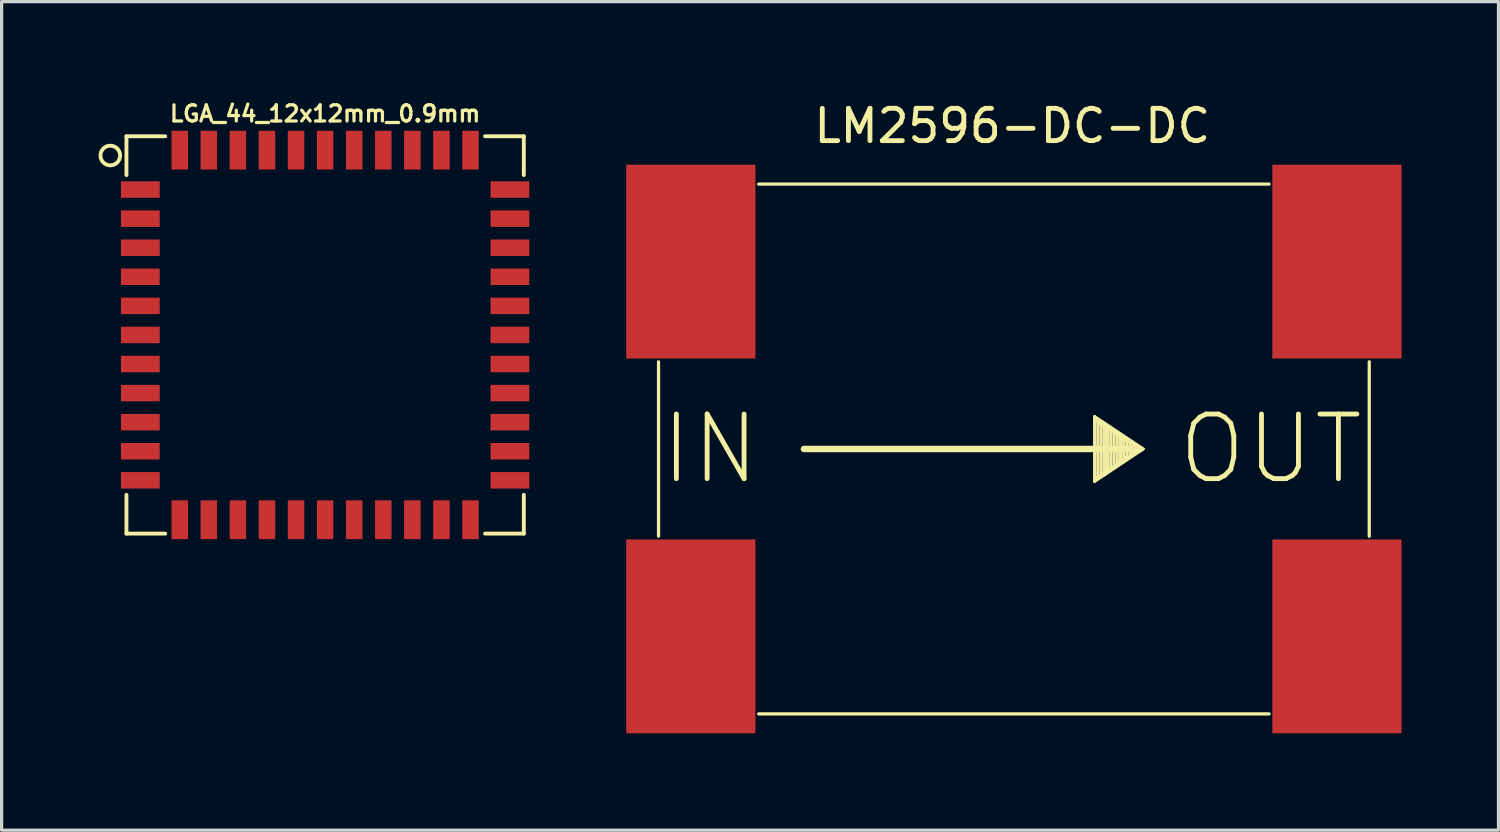
<source format=kicad_pcb>
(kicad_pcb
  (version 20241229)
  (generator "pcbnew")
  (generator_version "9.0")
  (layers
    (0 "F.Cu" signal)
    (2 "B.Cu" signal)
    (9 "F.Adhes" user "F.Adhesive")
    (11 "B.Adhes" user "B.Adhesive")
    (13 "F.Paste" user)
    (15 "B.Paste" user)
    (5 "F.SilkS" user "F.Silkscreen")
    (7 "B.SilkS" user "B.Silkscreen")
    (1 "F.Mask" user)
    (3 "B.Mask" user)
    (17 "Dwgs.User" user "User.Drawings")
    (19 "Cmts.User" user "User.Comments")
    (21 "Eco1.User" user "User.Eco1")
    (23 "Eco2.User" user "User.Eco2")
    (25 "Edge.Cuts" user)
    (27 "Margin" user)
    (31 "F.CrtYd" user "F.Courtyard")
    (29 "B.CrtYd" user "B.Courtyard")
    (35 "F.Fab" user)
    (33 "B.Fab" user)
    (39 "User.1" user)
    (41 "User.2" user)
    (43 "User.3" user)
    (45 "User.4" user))
  (footprint "LM2596-DC-DC"
    (layer "F.Cu")
    (at 28.334 10.848)
    (property "Reference" "LM2596-DC-DC" (at -0.05 -10 0) (layer "F.SilkS") (effects (font (size 1 1) (thickness 0.15))))
    (attr through_hole)
    (fp_line (start -11 -2.7) (end -11 2.7) (stroke (width 0.1) (type solid)) (layer "F.SilkS"))
    (fp_line (start -7.9 -8.2) (end 7.9 -8.2) (stroke (width 0.1) (type solid)) (layer "F.SilkS"))
    (fp_line (start -7.9 8.2) (end 7.9 8.2) (stroke (width 0.1) (type solid)) (layer "F.SilkS"))
    (fp_line (start -6.5 0) (end 3.9 0) (stroke (width 0.2) (type solid)) (layer "F.SilkS"))
    (fp_line (start 2.5 -1) (end 2.5 1) (stroke (width 0.1) (type solid)) (layer "F.SilkS"))
    (fp_line (start 2.5 1) (end 4 0) (stroke (width 0.1) (type solid)) (layer "F.SilkS"))
    (fp_line (start 2.55 -0.9) (end 2.75 -0.7) (stroke (width 0.1) (type solid)) (layer "F.SilkS"))
    (fp_line (start 2.6 0.85) (end 2.6 -0.85) (stroke (width 0.1) (type solid)) (layer "F.SilkS"))
    (fp_line (start 2.7 0.8) (end 2.7 -0.75) (stroke (width 0.1) (type solid)) (layer "F.SilkS"))
    (fp_line (start 2.8 -0.75) (end 2.8 0.8) (stroke (width 0.1) (type solid)) (layer "F.SilkS"))
    (fp_line (start 2.9 0.7) (end 2.9 -0.7) (stroke (width 0.1) (type solid)) (layer "F.SilkS"))
    (fp_line (start 3 -0.65) (end 3 0.6) (stroke (width 0.1) (type solid)) (layer "F.SilkS"))
    (fp_line (start 3.1 -0.5) (end 3.2 -0.45) (stroke (width 0.1) (type solid)) (layer "F.SilkS"))
    (fp_line (start 3.1 0.55) (end 3.1 -0.5) (stroke (width 0.1) (type solid)) (layer "F.SilkS"))
    (fp_line (start 3.2 -0.45) (end 3.2 0.45) (stroke (width 0.1) (type solid)) (layer "F.SilkS"))
    (fp_line (start 3.2 0.45) (end 3.3 0.4) (stroke (width 0.1) (type solid)) (layer "F.SilkS"))
    (fp_line (start 3.3 -0.4) (end 3.4 -0.3) (stroke (width 0.1) (type solid)) (layer "F.SilkS"))
    (fp_line (start 3.3 0.4) (end 3.3 -0.4) (stroke (width 0.1) (type solid)) (layer "F.SilkS"))
    (fp_line (start 3.4 -0.3) (end 3.4 0.35) (stroke (width 0.1) (type solid)) (layer "F.SilkS"))
    (fp_line (start 3.4 0.35) (end 3.5 0.25) (stroke (width 0.1) (type solid)) (layer "F.SilkS"))
    (fp_line (start 3.5 -0.25) (end 3.6 -0.2) (stroke (width 0.1) (type solid)) (layer "F.SilkS"))
    (fp_line (start 3.5 0.25) (end 3.5 -0.25) (stroke (width 0.1) (type solid)) (layer "F.SilkS"))
    (fp_line (start 3.6 -0.2) (end 3.6 0.2) (stroke (width 0.1) (type solid)) (layer "F.SilkS"))
    (fp_line (start 3.6 0.2) (end 3.7 0.15) (stroke (width 0.1) (type solid)) (layer "F.SilkS"))
    (fp_line (start 3.7 -0.15) (end 3.8 -0.05) (stroke (width 0.1) (type solid)) (layer "F.SilkS"))
    (fp_line (start 3.7 0.15) (end 3.7 -0.15) (stroke (width 0.1) (type solid)) (layer "F.SilkS"))
    (fp_line (start 3.8 -0.05) (end 3.8 0.1) (stroke (width 0.1) (type solid)) (layer "F.SilkS"))
    (fp_line (start 3.8 0.1) (end 2.55 0.9) (stroke (width 0.1) (type solid)) (layer "F.SilkS"))
    (fp_line (start 3.85 -0.05) (end 2.55 -0.9) (stroke (width 0.1) (type solid)) (layer "F.SilkS"))
    (fp_line (start 4 0) (end 2.5 -1) (stroke (width 0.1) (type solid)) (layer "F.SilkS"))
    (fp_line (start 11 -2.7) (end 11 2.7) (stroke (width 0.1) (type solid)) (layer "F.SilkS"))
    (fp_text user "IN" (at -9.4 0 0) (layer "F.SilkS") (effects (font (size 2 2) (thickness 0.15))))
    (fp_text user "OUT" (at 7.95 0 0) (layer "F.SilkS") (effects (font (size 2 2) (thickness 0.15))))
    (pad "1" smd rect (at -10 5.8) (size 4 6) (layers "F.Cu" "F.Mask" "F.Paste"))
    (pad "2" smd rect (at -10 -5.8) (size 4 6) (layers "F.Cu" "F.Mask" "F.Paste"))
    (pad "3" smd rect (at 10 -5.8) (size 4 6) (layers "F.Cu" "F.Mask" "F.Paste"))
    (pad "4" smd rect (at 10 5.8) (size 4 6) (layers "F.Cu" "F.Mask" "F.Paste")))
  (footprint "LGA_44_12x12mm_0.9mm"
    (layer "F.Cu")
    (at 7.014 7.318)
    (property "Reference" "LGA_44_12x12mm_0.9mm" (at 0 -6.85 0) (layer "F.SilkS") (effects (font (size 0.5 0.5) (thickness 0.1))))
    (attr through_hole)
    (fp_line (start -6.15 -6.15) (end -4.95 -6.15) (stroke (width 0.12) (type solid)) (layer "F.SilkS"))
    (fp_line (start -6.15 -4.95) (end -6.15 -6.15) (stroke (width 0.12) (type solid)) (layer "F.SilkS"))
    (fp_line (start -6.15 6.15) (end -6.15 4.95) (stroke (width 0.12) (type solid)) (layer "F.SilkS"))
    (fp_line (start -4.95 6.15) (end -6.15 6.15) (stroke (width 0.12) (type solid)) (layer "F.SilkS"))
    (fp_line (start 4.95 -6.15) (end 6.15 -6.15) (stroke (width 0.12) (type solid)) (layer "F.SilkS"))
    (fp_line (start 6.15 -6.15) (end 6.15 -4.95) (stroke (width 0.12) (type solid)) (layer "F.SilkS"))
    (fp_line (start 6.15 4.95) (end 6.15 6.15) (stroke (width 0.12) (type solid)) (layer "F.SilkS"))
    (fp_line (start 6.15 6.15) (end 4.95 6.15) (stroke (width 0.12) (type solid)) (layer "F.SilkS"))
    (fp_circle (center -6.65 -5.554) (end -6.35 -5.504) (stroke (width 0.12) (type solid)) (fill no) (layer "F.SilkS"))
    (fp_line (start -6 -6) (end 6 -6) (stroke (width 0.12) (type solid)) (layer "Eco1.User"))
    (fp_line (start -6 6) (end -6 -6) (stroke (width 0.12) (type solid)) (layer "Eco1.User"))
    (fp_line (start 6 -6) (end 6 6) (stroke (width 0.12) (type solid)) (layer "Eco1.User"))
    (fp_line (start 6 6) (end -6 6) (stroke (width 0.12) (type solid)) (layer "Eco1.User"))
    (pad "1" smd rect (at -5.72 -4.5 90) (size 0.51 1.2) (layers "F.Cu" "F.Mask" "F.Paste"))
    (pad "2" smd rect (at -5.72 -3.6 90) (size 0.51 1.2) (layers "F.Cu" "F.Mask" "F.Paste"))
    (pad "3" smd rect (at -5.72 -2.7 90) (size 0.51 1.2) (layers "F.Cu" "F.Mask" "F.Paste"))
    (pad "4" smd rect (at -5.72 -1.8 90) (size 0.51 1.2) (layers "F.Cu" "F.Mask" "F.Paste"))
    (pad "5" smd rect (at -5.72 -0.9 90) (size 0.51 1.2) (layers "F.Cu" "F.Mask" "F.Paste"))
    (pad "6" smd rect (at -5.72 0 90) (size 0.51 1.2) (layers "F.Cu" "F.Mask" "F.Paste"))
    (pad "7" smd rect (at -5.72 0.9 90) (size 0.51 1.2) (layers "F.Cu" "F.Mask" "F.Paste"))
    (pad "8" smd rect (at -5.72 1.8 90) (size 0.51 1.2) (layers "F.Cu" "F.Mask" "F.Paste"))
    (pad "9" smd rect (at -5.72 2.7 90) (size 0.51 1.2) (layers "F.Cu" "F.Mask" "F.Paste"))
    (pad "10" smd rect (at -5.72 3.6 90) (size 0.51 1.2) (layers "F.Cu" "F.Mask" "F.Paste"))
    (pad "11" smd rect (at -5.72 4.5 90) (size 0.51 1.2) (layers "F.Cu" "F.Mask" "F.Paste"))
    (pad "12" smd rect (at -4.5 5.72) (size 0.51 1.2) (layers "F.Cu" "F.Mask" "F.Paste"))
    (pad "13" smd rect (at -3.6 5.72) (size 0.51 1.2) (layers "F.Cu" "F.Mask" "F.Paste"))
    (pad "14" smd rect (at -2.7 5.72) (size 0.51 1.2) (layers "F.Cu" "F.Mask" "F.Paste"))
    (pad "15" smd rect (at -1.8 5.72) (size 0.51 1.2) (layers "F.Cu" "F.Mask" "F.Paste"))
    (pad "16" smd rect (at -0.9 5.72) (size 0.51 1.2) (layers "F.Cu" "F.Mask" "F.Paste"))
    (pad "17" smd rect (at 0 5.72) (size 0.51 1.2) (layers "F.Cu" "F.Mask" "F.Paste"))
    (pad "18" smd rect (at 0.9 5.72) (size 0.51 1.2) (layers "F.Cu" "F.Mask" "F.Paste"))
    (pad "19" smd rect (at 1.8 5.72) (size 0.51 1.2) (layers "F.Cu" "F.Mask" "F.Paste"))
    (pad "20" smd rect (at 2.7 5.72) (size 0.51 1.2) (layers "F.Cu" "F.Mask" "F.Paste"))
    (pad "21" smd rect (at 3.6 5.72) (size 0.51 1.2) (layers "F.Cu" "F.Mask" "F.Paste"))
    (pad "22" smd rect (at 4.5 5.72) (size 0.51 1.2) (layers "F.Cu" "F.Mask" "F.Paste"))
    (pad "23" smd rect (at 5.72 4.5 90) (size 0.51 1.2) (layers "F.Cu" "F.Mask" "F.Paste"))
    (pad "24" smd rect (at 5.72 3.6 90) (size 0.51 1.2) (layers "F.Cu" "F.Mask" "F.Paste"))
    (pad "25" smd rect (at 5.72 2.7 90) (size 0.51 1.2) (layers "F.Cu" "F.Mask" "F.Paste"))
    (pad "26" smd rect (at 5.72 1.8 90) (size 0.51 1.2) (layers "F.Cu" "F.Mask" "F.Paste"))
    (pad "27" smd rect (at 5.72 0.9 90) (size 0.51 1.2) (layers "F.Cu" "F.Mask" "F.Paste"))
    (pad "28" smd rect (at 5.72 0 90) (size 0.51 1.2) (layers "F.Cu" "F.Mask" "F.Paste"))
    (pad "29" smd rect (at 5.72 -0.9 90) (size 0.51 1.2) (layers "F.Cu" "F.Mask" "F.Paste"))
    (pad "30" smd rect (at 5.72 -1.8 90) (size 0.51 1.2) (layers "F.Cu" "F.Mask" "F.Paste"))
    (pad "31" smd rect (at 5.72 -2.7 90) (size 0.51 1.2) (layers "F.Cu" "F.Mask" "F.Paste"))
    (pad "32" smd rect (at 5.72 -3.6 90) (size 0.51 1.2) (layers "F.Cu" "F.Mask" "F.Paste"))
    (pad "33" smd rect (at 5.72 -4.5 90) (size 0.51 1.2) (layers "F.Cu" "F.Mask" "F.Paste"))
    (pad "34" smd rect (at 4.5 -5.72) (size 0.51 1.2) (layers "F.Cu" "F.Mask" "F.Paste"))
    (pad "35" smd rect (at 3.6 -5.72) (size 0.51 1.2) (layers "F.Cu" "F.Mask" "F.Paste"))
    (pad "36" smd rect (at 2.7 -5.72) (size 0.51 1.2) (layers "F.Cu" "F.Mask" "F.Paste"))
    (pad "37" smd rect (at 1.8 -5.72) (size 0.51 1.2) (layers "F.Cu" "F.Mask" "F.Paste"))
    (pad "38" smd rect (at 0.9 -5.72) (size 0.51 1.2) (layers "F.Cu" "F.Mask" "F.Paste"))
    (pad "39" smd rect (at 0 -5.72) (size 0.51 1.2) (layers "F.Cu" "F.Mask" "F.Paste"))
    (pad "40" smd rect (at -0.9 -5.72) (size 0.51 1.2) (layers "F.Cu" "F.Mask" "F.Paste"))
    (pad "41" smd rect (at -1.8 -5.72) (size 0.51 1.2) (layers "F.Cu" "F.Mask" "F.Paste"))
    (pad "42" smd rect (at -2.7 -5.72) (size 0.51 1.2) (layers "F.Cu" "F.Mask" "F.Paste"))
    (pad "43" smd rect (at -3.6 -5.72) (size 0.51 1.2) (layers "F.Cu" "F.Mask" "F.Paste"))
    (pad "44" smd rect (at -4.5 -5.72) (size 0.51 1.2) (layers "F.Cu" "F.Mask" "F.Paste")))
  (gr_rect
    (start -3 -3)
    (end 43.334 22.648)
    (stroke (width 0.1) (type default))
    (fill no)
    (layer "Edge.Cuts")))
</source>
